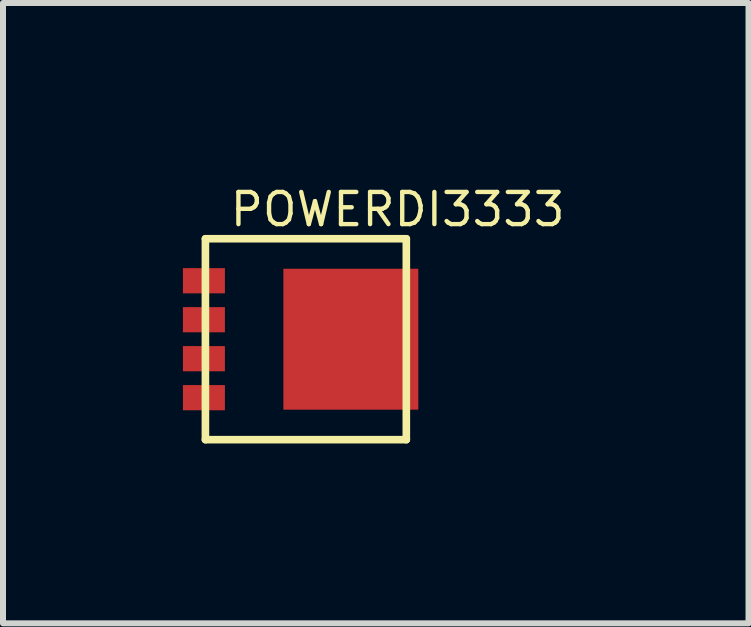
<source format=kicad_pcb>
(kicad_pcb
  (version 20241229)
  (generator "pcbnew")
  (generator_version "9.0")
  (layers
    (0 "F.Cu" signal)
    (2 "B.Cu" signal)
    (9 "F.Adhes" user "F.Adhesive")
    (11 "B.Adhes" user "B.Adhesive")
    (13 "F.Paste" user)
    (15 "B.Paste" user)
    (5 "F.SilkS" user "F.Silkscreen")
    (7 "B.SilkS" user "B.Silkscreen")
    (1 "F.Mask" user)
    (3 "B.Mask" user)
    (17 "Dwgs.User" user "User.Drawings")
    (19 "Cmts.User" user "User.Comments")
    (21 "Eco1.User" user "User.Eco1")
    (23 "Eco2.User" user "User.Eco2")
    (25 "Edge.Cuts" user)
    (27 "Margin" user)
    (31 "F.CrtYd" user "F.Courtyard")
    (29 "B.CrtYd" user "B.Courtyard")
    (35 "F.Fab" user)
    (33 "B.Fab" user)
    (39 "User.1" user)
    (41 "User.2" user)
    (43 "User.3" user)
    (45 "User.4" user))
  (footprint "POWERDI3333"
    (layer "F.Cu")
    (at 2.05 2.606)
    (property "Reference" "POWERDI3333" (at -1.3 -1.85 0) (unlocked yes) (layer "F.SilkS") (effects (font (size 0.536 0.536) (thickness 0.073)) (justify left bottom)))
    (fp_line (start -1.675 -1.675) (end 1.675 -1.675) (stroke (width 0.127) (type solid)) (layer "F.SilkS"))
    (fp_line (start -1.675 1.675) (end -1.675 -1.675) (stroke (width 0.127) (type solid)) (layer "F.SilkS"))
    (fp_line (start 1.675 -1.675) (end 1.675 1.675) (stroke (width 0.127) (type solid)) (layer "F.SilkS"))
    (fp_line (start 1.675 1.675) (end -1.675 1.675) (stroke (width 0.127) (type solid)) (layer "F.SilkS"))
    (fp_poly (pts (xy 0.8 -1.15) (xy 0.8 -0.7) (xy 1.85 -0.7) (xy 1.85 -1.15)) (stroke (width 0) (type default)) (fill yes) (layer "F.Paste"))
    (fp_poly (pts (xy 0.8 -0.55) (xy 0.8 -0.1) (xy 1.85 -0.1) (xy 1.85 -0.55)) (stroke (width 0) (type default)) (fill yes) (layer "F.Paste"))
    (fp_poly (pts (xy 0.8 0.1) (xy 0.8 0.55) (xy 1.85 0.55) (xy 1.85 0.1)) (stroke (width 0) (type default)) (fill yes) (layer "F.Paste"))
    (fp_poly (pts (xy 0.8 0.7) (xy 0.8 1.15) (xy 1.85 1.15) (xy 1.85 0.7)) (stroke (width 0) (type default)) (fill yes) (layer "F.Paste"))
    (pad "1" smd rect (at -1.7 -0.975) (size 0.7 0.42) (layers "F.Cu" "F.Mask" "F.Paste"))
    (pad "2" smd rect (at -1.7 -0.325) (size 0.7 0.42) (layers "F.Cu" "F.Mask" "F.Paste"))
    (pad "3" smd rect (at -1.7 0.325) (size 0.7 0.42) (layers "F.Cu" "F.Mask" "F.Paste"))
    (pad "4" smd rect (at -1.7 0.975) (size 0.7 0.42) (layers "F.Cu" "F.Mask" "F.Paste"))
    (pad "5678" smd rect (at 0.75 0 270) (size 2.35 2.25) (layers "F.Cu" "F.Mask" "F.Paste")))
  (gr_rect
    (start -3 -3)
    (end 9.431 7.344)
    (stroke (width 0.1) (type default))
    (fill no)
    (layer "Edge.Cuts")))
</source>
